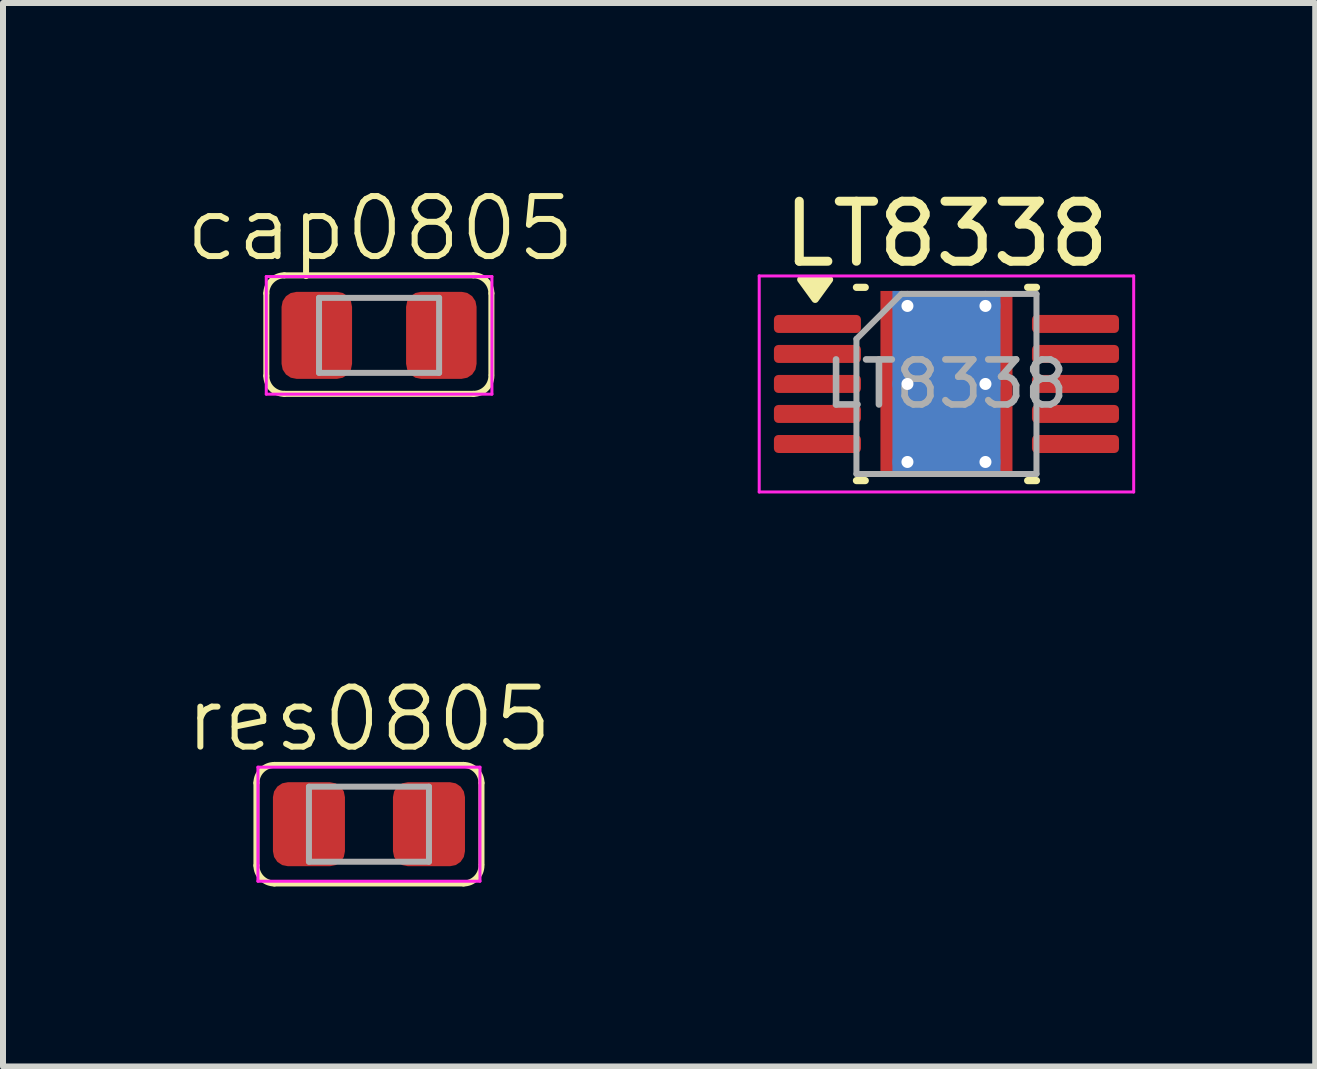
<source format=kicad_pcb>
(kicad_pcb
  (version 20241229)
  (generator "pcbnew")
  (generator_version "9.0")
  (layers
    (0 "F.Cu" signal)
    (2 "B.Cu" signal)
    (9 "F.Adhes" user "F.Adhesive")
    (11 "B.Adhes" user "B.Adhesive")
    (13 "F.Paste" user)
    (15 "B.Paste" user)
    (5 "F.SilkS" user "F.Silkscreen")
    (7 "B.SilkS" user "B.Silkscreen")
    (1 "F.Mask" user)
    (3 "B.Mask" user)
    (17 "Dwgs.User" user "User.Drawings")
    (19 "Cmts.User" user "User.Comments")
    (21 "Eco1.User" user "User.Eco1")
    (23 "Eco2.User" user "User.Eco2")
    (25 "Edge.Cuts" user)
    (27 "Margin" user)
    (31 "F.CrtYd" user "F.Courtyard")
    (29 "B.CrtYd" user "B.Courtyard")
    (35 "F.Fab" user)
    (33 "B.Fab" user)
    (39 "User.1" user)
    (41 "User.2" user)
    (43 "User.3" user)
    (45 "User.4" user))
  (footprint "LT8338"
    (layer "F.Cu")
    (at 12.721 3.348)
    (property "Reference" "LT8338" (at 0 -2.5 0) (layer "F.SilkS") (effects (font (size 1 1) (thickness 0.15))))
    (attr smd)
    (fp_line (start -1.353 -1.61) (end -1.5 -1.61) (stroke (width 0.12) (type solid)) (layer "F.SilkS"))
    (fp_line (start -1.353 1.61) (end -1.5 1.61) (stroke (width 0.12) (type solid)) (layer "F.SilkS"))
    (fp_line (start 1.353 -1.61) (end 1.5 -1.61) (stroke (width 0.12) (type solid)) (layer "F.SilkS"))
    (fp_line (start 1.353 1.61) (end 1.5 1.61) (stroke (width 0.12) (type solid)) (layer "F.SilkS"))
    (fp_poly (pts (xy -2.188 -1.41) (xy -2.428 -1.74) (xy -1.948 -1.74) (xy -2.188 -1.41)) (stroke (width 0.12) (type solid)) (fill yes) (layer "F.SilkS"))
    (fp_line (start -3.12 -1.8) (end -3.12 1.8) (stroke (width 0.05) (type solid)) (layer "F.CrtYd"))
    (fp_line (start -3.12 1.8) (end 3.12 1.8) (stroke (width 0.05) (type solid)) (layer "F.CrtYd"))
    (fp_line (start 3.12 -1.8) (end -3.12 -1.8) (stroke (width 0.05) (type solid)) (layer "F.CrtYd"))
    (fp_line (start 3.12 1.8) (end 3.12 -1.8) (stroke (width 0.05) (type solid)) (layer "F.CrtYd"))
    (fp_line (start -1.5 -0.75) (end -0.75 -1.5) (stroke (width 0.1) (type solid)) (layer "F.Fab"))
    (fp_line (start -1.5 1.5) (end -1.5 -0.75) (stroke (width 0.1) (type solid)) (layer "F.Fab"))
    (fp_line (start -0.75 -1.5) (end 1.5 -1.5) (stroke (width 0.1) (type solid)) (layer "F.Fab"))
    (fp_line (start 1.5 -1.5) (end 1.5 1.5) (stroke (width 0.1) (type solid)) (layer "F.Fab"))
    (fp_line (start 1.5 1.5) (end -1.5 1.5) (stroke (width 0.1) (type solid)) (layer "F.Fab"))
    (fp_text user "${REFERENCE}" (at 0 0 0) (layer "F.Fab") (effects (font (size 0.75 0.75) (thickness 0.11))))
    (pad "" smd roundrect (at -0.46 -0.47) (size 0.74 0.76) (layers "F.Paste") (roundrect_rratio 0.25))
    (pad "" smd roundrect (at -0.46 0.47) (size 0.74 0.76) (layers "F.Paste") (roundrect_rratio 0.25))
    (pad "" smd rect (at 0 0) (size 1.83 1.89) (layers "F.Mask"))
    (pad "" smd roundrect (at 0.46 -0.47) (size 0.74 0.76) (layers "F.Paste") (roundrect_rratio 0.25))
    (pad "" smd roundrect (at 0.46 0.47) (size 0.74 0.76) (layers "F.Paste") (roundrect_rratio 0.25))
    (pad "1" smd roundrect (at -2.15 -1) (size 1.45 0.3) (layers "F.Cu" "F.Mask" "F.Paste") (roundrect_rratio 0.25))
    (pad "2" smd roundrect (at -2.15 -0.5) (size 1.45 0.3) (layers "F.Cu" "F.Mask" "F.Paste") (roundrect_rratio 0.25))
    (pad "3" smd roundrect (at -2.15 0) (size 1.45 0.3) (layers "F.Cu" "F.Mask" "F.Paste") (roundrect_rratio 0.25))
    (pad "4" smd roundrect (at -2.15 0.5) (size 1.45 0.3) (layers "F.Cu" "F.Mask" "F.Paste") (roundrect_rratio 0.25))
    (pad "5" smd roundrect (at -2.15 1) (size 1.45 0.3) (layers "F.Cu" "F.Mask" "F.Paste") (roundrect_rratio 0.25))
    (pad "6" smd roundrect (at 2.15 1) (size 1.45 0.3) (layers "F.Cu" "F.Mask" "F.Paste") (roundrect_rratio 0.25))
    (pad "7" smd roundrect (at 2.15 0.5) (size 1.45 0.3) (layers "F.Cu" "F.Mask" "F.Paste") (roundrect_rratio 0.25))
    (pad "8" smd roundrect (at 2.15 0) (size 1.45 0.3) (layers "F.Cu" "F.Mask" "F.Paste") (roundrect_rratio 0.25))
    (pad "9" smd roundrect (at 2.15 -0.5) (size 1.45 0.3) (layers "F.Cu" "F.Mask" "F.Paste") (roundrect_rratio 0.25))
    (pad "10" smd roundrect (at 2.15 -1) (size 1.45 0.3) (layers "F.Cu" "F.Mask" "F.Paste") (roundrect_rratio 0.25))
    (pad "11" thru_hole circle (at -0.65 -1.3) (size 0.5 0.5) (drill 0.2) (property pad_prop_heatsink) (layers "*.Cu"))
    (pad "11" thru_hole circle (at -0.65 0) (size 0.5 0.5) (drill 0.2) (property pad_prop_heatsink) (layers "*.Cu"))
    (pad "11" thru_hole circle (at -0.65 1.3) (size 0.5 0.5) (drill 0.2) (property pad_prop_heatsink) (layers "*.Cu"))
    (pad "11" smd rect (at 0 0) (size 1.8 3.1) (property pad_prop_heatsink) (layers "B.Cu"))
    (pad "11" smd rect (at 0 0) (size 2.2 3.1) (property pad_prop_heatsink) (layers "F.Cu"))
    (pad "11" thru_hole circle (at 0.65 -1.3) (size 0.5 0.5) (drill 0.2) (property pad_prop_heatsink) (layers "*.Cu"))
    (pad "11" thru_hole circle (at 0.65 0) (size 0.5 0.5) (drill 0.2) (property pad_prop_heatsink) (layers "*.Cu"))
    (pad "11" thru_hole circle (at 0.65 1.3) (size 0.5 0.5) (drill 0.2) (property pad_prop_heatsink) (layers "*.Cu")))
  (footprint "res0805"
    (layer "F.Cu")
    (at 3.098 10.684)
    (property "Reference" "res0805" (at 0 -1.75 0) (unlocked yes) (layer "F.SilkS") (effects (font (size 1 1) (thickness 0.1))))
    (attr smd)
    (fp_line (start -1.875 -0.688) (end -1.875 0.688) (stroke (width 0.1) (type default)) (layer "F.SilkS"))
    (fp_line (start -1.575 -0.988) (end 1.575 -0.988) (stroke (width 0.1) (type default)) (layer "F.SilkS"))
    (fp_line (start 1.575 0.988) (end -1.575 0.988) (stroke (width 0.1) (type default)) (layer "F.SilkS"))
    (fp_line (start 1.875 -0.688) (end 1.875 0.662) (stroke (width 0.1) (type default)) (layer "F.SilkS"))
    (fp_arc (start -1.875 -0.6875) (mid -1.787132 -0.899632) (end -1.575 -0.9875) (stroke (width 0.1) (type default)) (layer "F.SilkS"))
    (fp_arc (start -1.575 0.9875) (mid -1.787132 0.899632) (end -1.875 0.6875) (stroke (width 0.1) (type default)) (layer "F.SilkS"))
    (fp_arc (start 1.575 -0.9875) (mid 1.787132 -0.899632) (end 1.875 -0.6875) (stroke (width 0.1) (type default)) (layer "F.SilkS"))
    (fp_arc (start 1.875 0.6875) (mid 1.787132 0.899632) (end 1.575 0.9875) (stroke (width 0.1) (type default)) (layer "F.SilkS"))
    (fp_line (start -1.85 -0.95) (end 1.85 -0.95) (stroke (width 0.05) (type solid)) (layer "F.CrtYd"))
    (fp_line (start -1.85 0.95) (end -1.85 -0.95) (stroke (width 0.05) (type solid)) (layer "F.CrtYd"))
    (fp_line (start 1.85 -0.95) (end 1.85 0.95) (stroke (width 0.05) (type solid)) (layer "F.CrtYd"))
    (fp_line (start 1.85 0.95) (end -1.85 0.95) (stroke (width 0.05) (type solid)) (layer "F.CrtYd"))
    (fp_line (start -1 -0.625) (end 1 -0.625) (stroke (width 0.1) (type solid)) (layer "F.Fab"))
    (fp_line (start -1 0.625) (end -1 -0.625) (stroke (width 0.1) (type solid)) (layer "F.Fab"))
    (fp_line (start 1 -0.625) (end 1 0.625) (stroke (width 0.1) (type solid)) (layer "F.Fab"))
    (fp_line (start 1 0.625) (end -1 0.625) (stroke (width 0.1) (type solid)) (layer "F.Fab"))
    (pad "1" smd roundrect (at -1 0) (size 1.2 1.4) (layers "F.Cu" "F.Mask" "F.Paste") (roundrect_rratio 0.208))
    (pad "2" smd roundrect (at 1 0) (size 1.2 1.4) (layers "F.Cu" "F.Mask" "F.Paste") (roundrect_rratio 0.208)))
  (footprint "cap0805"
    (layer "F.Cu")
    (at 3.288 2.538)
    (property "Reference" "cap0805" (at 0 -1.778 0) (unlocked yes) (layer "F.SilkS") (effects (font (size 1 1) (thickness 0.1))))
    (attr smd)
    (fp_line (start -1.9 -0.7) (end -1.9 0.675) (stroke (width 0.1) (type default)) (layer "F.SilkS"))
    (fp_line (start -1.6 -1) (end 1.55 -1) (stroke (width 0.1) (type default)) (layer "F.SilkS"))
    (fp_line (start 1.55 0.975) (end -1.6 0.975) (stroke (width 0.1) (type default)) (layer "F.SilkS"))
    (fp_line (start 1.85 -0.7) (end 1.85 0.65) (stroke (width 0.1) (type default)) (layer "F.SilkS"))
    (fp_arc (start -1.9 -0.7) (mid -1.812132 -0.912132) (end -1.6 -1) (stroke (width 0.1) (type default)) (layer "F.SilkS"))
    (fp_arc (start -1.6 0.975) (mid -1.812132 0.887132) (end -1.9 0.675) (stroke (width 0.1) (type default)) (layer "F.SilkS"))
    (fp_arc (start 1.55 -1) (mid 1.762132 -0.912132) (end 1.85 -0.7) (stroke (width 0.1) (type default)) (layer "F.SilkS"))
    (fp_arc (start 1.85 0.675) (mid 1.762132 0.887132) (end 1.55 0.975) (stroke (width 0.1) (type default)) (layer "F.SilkS"))
    (fp_line (start -1.901 -0.98) (end 1.859 -0.98) (stroke (width 0.05) (type solid)) (layer "F.CrtYd"))
    (fp_line (start -1.901 0.98) (end -1.901 -0.98) (stroke (width 0.05) (type solid)) (layer "F.CrtYd"))
    (fp_line (start 1.859 -0.98) (end 1.859 0.98) (stroke (width 0.05) (type solid)) (layer "F.CrtYd"))
    (fp_line (start 1.859 0.98) (end -1.901 0.98) (stroke (width 0.05) (type solid)) (layer "F.CrtYd"))
    (fp_line (start -1.022 -0.625) (end 0.979 -0.625) (stroke (width 0.1) (type solid)) (layer "F.Fab"))
    (fp_line (start -1.022 0.625) (end -1.022 -0.625) (stroke (width 0.1) (type solid)) (layer "F.Fab"))
    (fp_line (start 0.979 -0.625) (end 0.979 0.625) (stroke (width 0.1) (type solid)) (layer "F.Fab"))
    (fp_line (start 0.979 0.625) (end -1.022 0.625) (stroke (width 0.1) (type solid)) (layer "F.Fab"))
    (pad "1" smd roundrect (at -1.059 0) (size 1.175 1.45) (layers "F.Cu" "F.Mask" "F.Paste") (roundrect_rratio 0.213))
    (pad "2" smd roundrect (at 1.016 0) (size 1.175 1.45) (layers "F.Cu" "F.Mask" "F.Paste") (roundrect_rratio 0.213)))
  (gr_rect
    (start -3 -3)
    (end 18.866 14.721)
    (stroke (width 0.1) (type default))
    (fill no)
    (layer "Edge.Cuts")))
</source>
